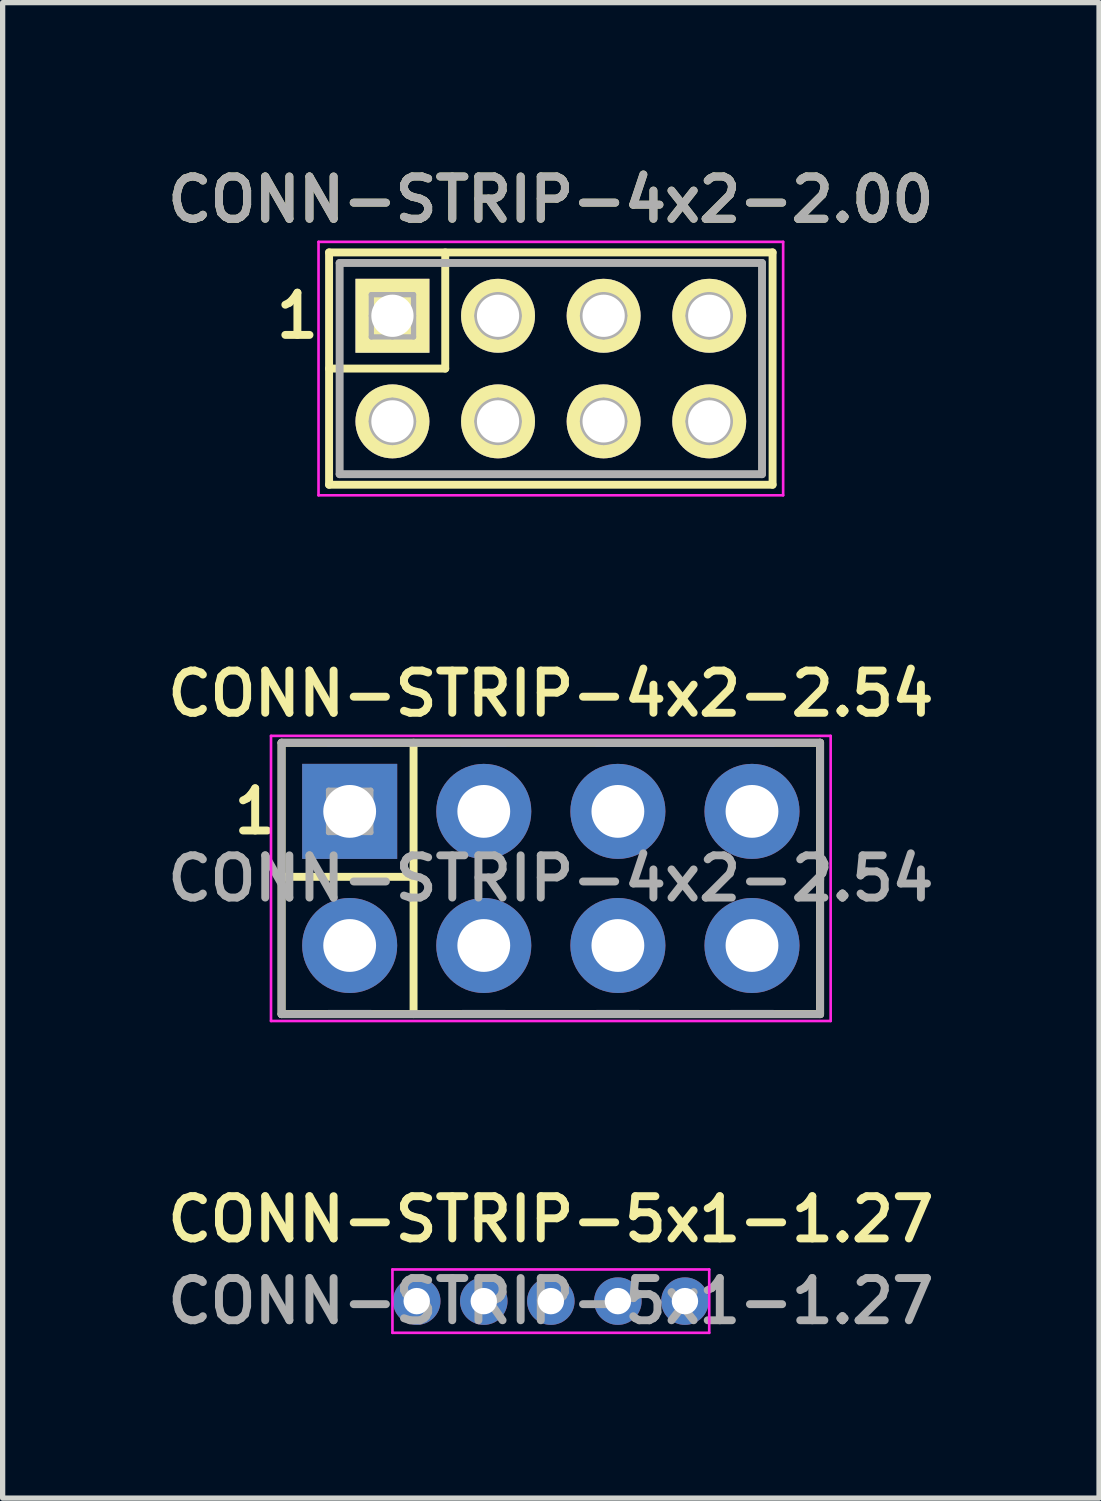
<source format=kicad_pcb>
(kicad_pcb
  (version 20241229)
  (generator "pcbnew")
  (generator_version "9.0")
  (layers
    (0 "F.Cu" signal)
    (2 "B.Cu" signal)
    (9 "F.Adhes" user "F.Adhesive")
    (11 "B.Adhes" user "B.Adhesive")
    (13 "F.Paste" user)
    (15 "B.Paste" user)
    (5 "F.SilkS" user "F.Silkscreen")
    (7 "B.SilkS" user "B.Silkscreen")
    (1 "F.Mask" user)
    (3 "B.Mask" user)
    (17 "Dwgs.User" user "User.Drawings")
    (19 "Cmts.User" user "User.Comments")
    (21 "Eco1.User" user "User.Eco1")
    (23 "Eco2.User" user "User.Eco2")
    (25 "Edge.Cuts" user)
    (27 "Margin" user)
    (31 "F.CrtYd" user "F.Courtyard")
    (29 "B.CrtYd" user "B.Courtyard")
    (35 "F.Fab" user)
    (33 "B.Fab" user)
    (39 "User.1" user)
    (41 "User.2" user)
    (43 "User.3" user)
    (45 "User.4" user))
  (footprint "CONN-STRIP-4x2-2.54"
    (layer "F.Cu")
    (at 7.383 13.588)
    (property "Reference" "CONN-STRIP-4x2-2.54" (at 0 -3.5 0) (layer "F.SilkS") (effects (font (size 0.8 0.8) (thickness 0.15))))
    (attr through_hole)
    (fp_line (start -5.1 -2.57) (end 5.1 -2.57) (stroke (width 0.15) (type solid)) (layer "F.SilkS"))
    (fp_line (start -5.1 -0.03) (end -2.6 -0.03) (stroke (width 0.15) (type solid)) (layer "F.SilkS"))
    (fp_line (start -5.1 0.03) (end -5.1 -2.57) (stroke (width 0.15) (type solid)) (layer "F.SilkS"))
    (fp_line (start -5.1 2.57) (end -5.1 -0.03) (stroke (width 0.15) (type solid)) (layer "F.SilkS"))
    (fp_line (start -2.6 -2.57) (end -2.6 0.03) (stroke (width 0.15) (type solid)) (layer "F.SilkS"))
    (fp_line (start -2.6 -0.03) (end -2.6 2.57) (stroke (width 0.15) (type solid)) (layer "F.SilkS"))
    (fp_line (start 5.1 -2.57) (end 5.1 0.03) (stroke (width 0.15) (type solid)) (layer "F.SilkS"))
    (fp_line (start 5.1 -0.03) (end 5.1 2.57) (stroke (width 0.15) (type solid)) (layer "F.SilkS"))
    (fp_line (start 5.1 2.57) (end -5.1 2.57) (stroke (width 0.15) (type solid)) (layer "F.SilkS"))
    (fp_line (start -5.3 -2.7) (end 5.3 -2.7) (stroke (width 0.05) (type solid)) (layer "F.CrtYd"))
    (fp_line (start -5.3 2.7) (end -5.3 -2.7) (stroke (width 0.05) (type solid)) (layer "F.CrtYd"))
    (fp_line (start 5.3 -2.7) (end 5.3 2.7) (stroke (width 0.05) (type solid)) (layer "F.CrtYd"))
    (fp_line (start 5.3 2.7) (end -5.3 2.7) (stroke (width 0.05) (type solid)) (layer "F.CrtYd"))
    (fp_line (start -5.1 -2.57) (end 5.1 -2.57) (stroke (width 0.15) (type solid)) (layer "F.Fab"))
    (fp_line (start -5.1 0.03) (end -5.1 -2.57) (stroke (width 0.15) (type solid)) (layer "F.Fab"))
    (fp_line (start -5.1 2.57) (end -5.1 -0.03) (stroke (width 0.15) (type solid)) (layer "F.Fab"))
    (fp_line (start -4.21 -2.54) (end -3.41 -2.54) (stroke (width 0.1) (type solid)) (layer "F.Fab"))
    (fp_line (start -4.21 -1.67) (end -3.41 -1.67) (stroke (width 0.1) (type solid)) (layer "F.Fab"))
    (fp_line (start -4.21 -1.27) (end -3.41 -1.27) (stroke (width 0.1) (type solid)) (layer "F.Fab"))
    (fp_line (start -4.21 -0.87) (end -4.21 -1.67) (stroke (width 0.1) (type solid)) (layer "F.Fab"))
    (fp_line (start -4.21 -0.87) (end -3.41 -0.87) (stroke (width 0.1) (type solid)) (layer "F.Fab"))
    (fp_line (start -4.21 1.27) (end -3.41 1.27) (stroke (width 0.1) (type solid)) (layer "F.Fab"))
    (fp_line (start -4.21 2.54) (end -3.41 2.54) (stroke (width 0.1) (type solid)) (layer "F.Fab"))
    (fp_line (start -3.81 -1.67) (end -3.81 -0.87) (stroke (width 0.1) (type solid)) (layer "F.Fab"))
    (fp_line (start -3.81 0.87) (end -3.81 1.67) (stroke (width 0.1) (type solid)) (layer "F.Fab"))
    (fp_line (start -3.41 -1.67) (end -3.41 -0.87) (stroke (width 0.1) (type solid)) (layer "F.Fab"))
    (fp_line (start -1.67 -2.54) (end -0.87 -2.54) (stroke (width 0.1) (type solid)) (layer "F.Fab"))
    (fp_line (start -1.67 -1.27) (end -0.87 -1.27) (stroke (width 0.1) (type solid)) (layer "F.Fab"))
    (fp_line (start -1.67 1.27) (end -0.87 1.27) (stroke (width 0.1) (type solid)) (layer "F.Fab"))
    (fp_line (start -1.67 2.54) (end -0.87 2.54) (stroke (width 0.1) (type solid)) (layer "F.Fab"))
    (fp_line (start -1.27 -1.67) (end -1.27 -0.87) (stroke (width 0.1) (type solid)) (layer "F.Fab"))
    (fp_line (start -1.27 0.87) (end -1.27 1.67) (stroke (width 0.1) (type solid)) (layer "F.Fab"))
    (fp_line (start 0.87 -2.54) (end 1.67 -2.54) (stroke (width 0.1) (type solid)) (layer "F.Fab"))
    (fp_line (start 0.87 -1.27) (end 1.67 -1.27) (stroke (width 0.1) (type solid)) (layer "F.Fab"))
    (fp_line (start 0.87 1.27) (end 1.67 1.27) (stroke (width 0.1) (type solid)) (layer "F.Fab"))
    (fp_line (start 0.87 2.54) (end 1.67 2.54) (stroke (width 0.1) (type solid)) (layer "F.Fab"))
    (fp_line (start 1.27 -1.67) (end 1.27 -0.87) (stroke (width 0.1) (type solid)) (layer "F.Fab"))
    (fp_line (start 1.27 0.87) (end 1.27 1.67) (stroke (width 0.1) (type solid)) (layer "F.Fab"))
    (fp_line (start 3.41 -2.54) (end 4.21 -2.54) (stroke (width 0.1) (type solid)) (layer "F.Fab"))
    (fp_line (start 3.41 -1.27) (end 4.21 -1.27) (stroke (width 0.1) (type solid)) (layer "F.Fab"))
    (fp_line (start 3.41 1.27) (end 4.21 1.27) (stroke (width 0.1) (type solid)) (layer "F.Fab"))
    (fp_line (start 3.41 2.54) (end 4.21 2.54) (stroke (width 0.1) (type solid)) (layer "F.Fab"))
    (fp_line (start 3.81 -1.67) (end 3.81 -0.87) (stroke (width 0.1) (type solid)) (layer "F.Fab"))
    (fp_line (start 3.81 0.87) (end 3.81 1.67) (stroke (width 0.1) (type solid)) (layer "F.Fab"))
    (fp_line (start 5.1 -2.57) (end 5.1 0.03) (stroke (width 0.15) (type solid)) (layer "F.Fab"))
    (fp_line (start 5.1 -0.03) (end 5.1 2.57) (stroke (width 0.15) (type solid)) (layer "F.Fab"))
    (fp_line (start 5.1 2.57) (end -5.1 2.57) (stroke (width 0.15) (type solid)) (layer "F.Fab"))
    (fp_circle (center -3.81 1.27) (end -3.41 1.27) (stroke (width 0.1) (type solid)) (fill no) (layer "F.Fab"))
    (fp_circle (center -1.27 -1.27) (end -0.87 -1.27) (stroke (width 0.1) (type solid)) (fill no) (layer "F.Fab"))
    (fp_circle (center -1.27 1.27) (end -0.87 1.27) (stroke (width 0.1) (type solid)) (fill no) (layer "F.Fab"))
    (fp_circle (center 1.27 -1.27) (end 1.67 -1.27) (stroke (width 0.1) (type solid)) (fill no) (layer "F.Fab"))
    (fp_circle (center 1.27 1.27) (end 1.67 1.27) (stroke (width 0.1) (type solid)) (fill no) (layer "F.Fab"))
    (fp_circle (center 3.81 -1.27) (end 4.21 -1.27) (stroke (width 0.1) (type solid)) (fill no) (layer "F.Fab"))
    (fp_circle (center 3.81 1.27) (end 4.21 1.27) (stroke (width 0.1) (type solid)) (fill no) (layer "F.Fab"))
    (fp_text user "1" (at -5.6 -1.27 0) (layer "F.SilkS") (effects (font (size 0.8 0.8) (thickness 0.15))))
    (fp_text user "${REFERENCE}" (at 0 0 0) (layer "F.Fab") (effects (font (size 0.8 0.8) (thickness 0.15))))
    (pad "1" thru_hole rect (at -3.81 -1.27) (size 1.8 1.8) (drill 1) (layers "*.Cu" "*.Mask"))
    (pad "2" thru_hole circle (at -3.81 1.27) (size 1.8 1.8) (drill 1) (layers "*.Cu" "*.Mask"))
    (pad "3" thru_hole circle (at -1.27 -1.27) (size 1.8 1.8) (drill 1) (layers "*.Cu" "*.Mask"))
    (pad "4" thru_hole circle (at -1.27 1.27) (size 1.8 1.8) (drill 1) (layers "*.Cu" "*.Mask"))
    (pad "5" thru_hole circle (at 1.27 -1.27 90) (size 1.8 1.8) (drill 1) (layers "*.Cu" "*.Mask"))
    (pad "6" thru_hole circle (at 1.27 1.27) (size 1.8 1.8) (drill 1) (layers "*.Cu" "*.Mask"))
    (pad "7" thru_hole circle (at 3.81 -1.27) (size 1.8 1.8) (drill 1) (layers "*.Cu" "*.Mask"))
    (pad "8" thru_hole circle (at 3.81 1.27) (size 1.8 1.8) (drill 1) (layers "*.Cu" "*.Mask")))
  (footprint "CONN-STRIP-4x2-2.00"
    (layer "F.Cu")
    (at 7.383 3.931)
    (property "Reference" "CONN-STRIP-4x2-2.00" (at 0 -3.2 0) (layer "F.SilkS") (effects (font (size 0.8 0.8) (thickness 0.15))))
    (attr through_hole)
    (fp_line (start -4.2 -2.2) (end 4.2 -2.2) (stroke (width 0.15) (type solid)) (layer "F.SilkS"))
    (fp_line (start -4.2 2.2) (end -4.2 -2.2) (stroke (width 0.15) (type solid)) (layer "F.SilkS"))
    (fp_line (start -2 -2.2) (end -2 0) (stroke (width 0.15) (type solid)) (layer "F.SilkS"))
    (fp_line (start -2 0) (end -4.2 0) (stroke (width 0.15) (type solid)) (layer "F.SilkS"))
    (fp_line (start 4.2 -2.2) (end 4.2 2.2) (stroke (width 0.15) (type solid)) (layer "F.SilkS"))
    (fp_line (start 4.2 2.2) (end -4.2 2.2) (stroke (width 0.15) (type solid)) (layer "F.SilkS"))
    (fp_line (start -4.4 -2.4) (end 4.4 -2.4) (stroke (width 0.05) (type solid)) (layer "F.CrtYd"))
    (fp_line (start -4.4 2.4) (end -4.4 -2.4) (stroke (width 0.05) (type solid)) (layer "F.CrtYd"))
    (fp_line (start 4.4 -2.4) (end 4.4 2.4) (stroke (width 0.05) (type solid)) (layer "F.CrtYd"))
    (fp_line (start 4.4 2.4) (end -4.4 2.4) (stroke (width 0.05) (type solid)) (layer "F.CrtYd"))
    (fp_line (start -4 -2) (end 4 -2) (stroke (width 0.15) (type solid)) (layer "F.Fab"))
    (fp_line (start -4 2) (end -4 -2) (stroke (width 0.15) (type solid)) (layer "F.Fab"))
    (fp_line (start -3.4 -1.4) (end -2.6 -1.4) (stroke (width 0.1) (type solid)) (layer "F.Fab"))
    (fp_line (start -3.4 -1) (end -2.6 -1) (stroke (width 0.1) (type solid)) (layer "F.Fab"))
    (fp_line (start -3.4 -0.6) (end -3.4 -1.4) (stroke (width 0.1) (type solid)) (layer "F.Fab"))
    (fp_line (start -3.4 1) (end -2.6 1) (stroke (width 0.1) (type solid)) (layer "F.Fab"))
    (fp_line (start -3 -1.4) (end -3 -0.6) (stroke (width 0.1) (type solid)) (layer "F.Fab"))
    (fp_line (start -3 0.6) (end -3 1.4) (stroke (width 0.1) (type solid)) (layer "F.Fab"))
    (fp_line (start -2.6 -1.4) (end -2.6 -0.6) (stroke (width 0.1) (type solid)) (layer "F.Fab"))
    (fp_line (start -2.6 -0.6) (end -3.4 -0.6) (stroke (width 0.1) (type solid)) (layer "F.Fab"))
    (fp_line (start -1.4 -1) (end -0.6 -1) (stroke (width 0.1) (type solid)) (layer "F.Fab"))
    (fp_line (start -1.4 1) (end -0.6 1) (stroke (width 0.1) (type solid)) (layer "F.Fab"))
    (fp_line (start -1 -1.4) (end -1 -0.6) (stroke (width 0.1) (type solid)) (layer "F.Fab"))
    (fp_line (start -1 0.6) (end -1 1.4) (stroke (width 0.1) (type solid)) (layer "F.Fab"))
    (fp_line (start 0.6 -1) (end 1.4 -1) (stroke (width 0.1) (type solid)) (layer "F.Fab"))
    (fp_line (start 0.6 1) (end 1.4 1) (stroke (width 0.1) (type solid)) (layer "F.Fab"))
    (fp_line (start 1 -1.4) (end 1 -0.6) (stroke (width 0.1) (type solid)) (layer "F.Fab"))
    (fp_line (start 1 0.6) (end 1 1.4) (stroke (width 0.1) (type solid)) (layer "F.Fab"))
    (fp_line (start 2.6 -1) (end 3.4 -1) (stroke (width 0.1) (type solid)) (layer "F.Fab"))
    (fp_line (start 2.6 1) (end 3.4 1) (stroke (width 0.1) (type solid)) (layer "F.Fab"))
    (fp_line (start 3 -1.4) (end 3 -0.6) (stroke (width 0.1) (type solid)) (layer "F.Fab"))
    (fp_line (start 3 0.6) (end 3 1.4) (stroke (width 0.1) (type solid)) (layer "F.Fab"))
    (fp_line (start 4 -2) (end 4 2) (stroke (width 0.15) (type solid)) (layer "F.Fab"))
    (fp_line (start 4 2) (end -4 2) (stroke (width 0.15) (type solid)) (layer "F.Fab"))
    (fp_circle (center -3 1) (end -2.6 1) (stroke (width 0.1) (type solid)) (fill no) (layer "F.Fab"))
    (fp_circle (center -1 -1) (end -0.6 -1) (stroke (width 0.1) (type solid)) (fill no) (layer "F.Fab"))
    (fp_circle (center -1 1) (end -0.6 1) (stroke (width 0.1) (type solid)) (fill no) (layer "F.Fab"))
    (fp_circle (center 1 -1) (end 1.4 -1) (stroke (width 0.1) (type solid)) (fill no) (layer "F.Fab"))
    (fp_circle (center 1 1) (end 1.4 1) (stroke (width 0.1) (type solid)) (fill no) (layer "F.Fab"))
    (fp_circle (center 3 -1) (end 3.4 -1) (stroke (width 0.1) (type solid)) (fill no) (layer "F.Fab"))
    (fp_circle (center 3 1) (end 3.4 1) (stroke (width 0.1) (type solid)) (fill no) (layer "F.Fab"))
    (fp_text user "1" (at -4.8 -1 0) (layer "F.SilkS") (effects (font (size 0.8 0.8) (thickness 0.15))))
    (fp_text user "${REFERENCE}" (at 0 -3.2 0) (layer "F.Fab") (effects (font (size 0.8 0.8) (thickness 0.15))))
    (pad "1" thru_hole rect (at -3 -1) (size 1.4 1.4) (drill 0.8) (layers "*.Cu" "*.Mask" "F.SilkS"))
    (pad "2" thru_hole circle (at -3 1) (size 1.4 1.4) (drill 0.8) (layers "*.Cu" "*.Mask" "F.SilkS"))
    (pad "3" thru_hole circle (at -1 -1) (size 1.4 1.4) (drill 0.8) (layers "*.Cu" "*.Mask" "F.SilkS"))
    (pad "4" thru_hole circle (at -1 1) (size 1.4 1.4) (drill 0.8) (layers "*.Cu" "*.Mask" "F.SilkS"))
    (pad "5" thru_hole circle (at 1 -1) (size 1.4 1.4) (drill 0.8) (layers "*.Cu" "*.Mask" "F.SilkS"))
    (pad "6" thru_hole circle (at 1 1) (size 1.4 1.4) (drill 0.8) (layers "*.Cu" "*.Mask" "F.SilkS"))
    (pad "7" thru_hole circle (at 3 -1) (size 1.4 1.4) (drill 0.8) (layers "*.Cu" "*.Mask" "F.SilkS"))
    (pad "8" thru_hole circle (at 3 1) (size 1.4 1.4) (drill 0.8) (layers "*.Cu" "*.Mask" "F.SilkS")))
  (footprint "CONN-STRIP-5x1-1.27"
    (layer "F.Cu")
    (at 7.383 21.594)
    (property "Reference" "CONN-STRIP-5x1-1.27" (at 0 -1.55 0) (layer "F.SilkS") (effects (font (size 0.8 0.8) (thickness 0.15))))
    (attr through_hole)
    (fp_line (start -3 -0.6) (end 3 -0.6) (stroke (width 0.05) (type solid)) (layer "F.CrtYd"))
    (fp_line (start -3 0.6) (end -3 -0.6) (stroke (width 0.05) (type solid)) (layer "F.CrtYd"))
    (fp_line (start 3 -0.6) (end 3 0.6) (stroke (width 0.05) (type solid)) (layer "F.CrtYd"))
    (fp_line (start 3 0.6) (end -3 0.6) (stroke (width 0.05) (type solid)) (layer "F.CrtYd"))
    (fp_text user "${REFERENCE}" (at 0 0 0) (layer "F.Fab") (effects (font (size 0.8 0.8) (thickness 0.15))))
    (pad "1" thru_hole circle (at -2.54 0) (size 0.9 0.9) (drill 0.5) (layers "*.Cu" "*.Mask"))
    (pad "2" thru_hole circle (at -1.27 0) (size 0.9 0.9) (drill 0.5) (layers "*.Cu" "*.Mask"))
    (pad "3" thru_hole circle (at 0 0) (size 0.9 0.9) (drill 0.5) (layers "*.Cu" "*.Mask"))
    (pad "4" thru_hole circle (at 1.27 0) (size 0.9 0.9) (drill 0.5) (layers "*.Cu" "*.Mask"))
    (pad "5" thru_hole circle (at 2.54 0) (size 0.9 0.9) (drill 0.5) (layers "*.Cu" "*.Mask")))
  (gr_rect
    (start -3 -3)
    (end 17.766 25.325)
    (stroke (width 0.1) (type default))
    (fill no)
    (layer "Edge.Cuts")))
</source>
